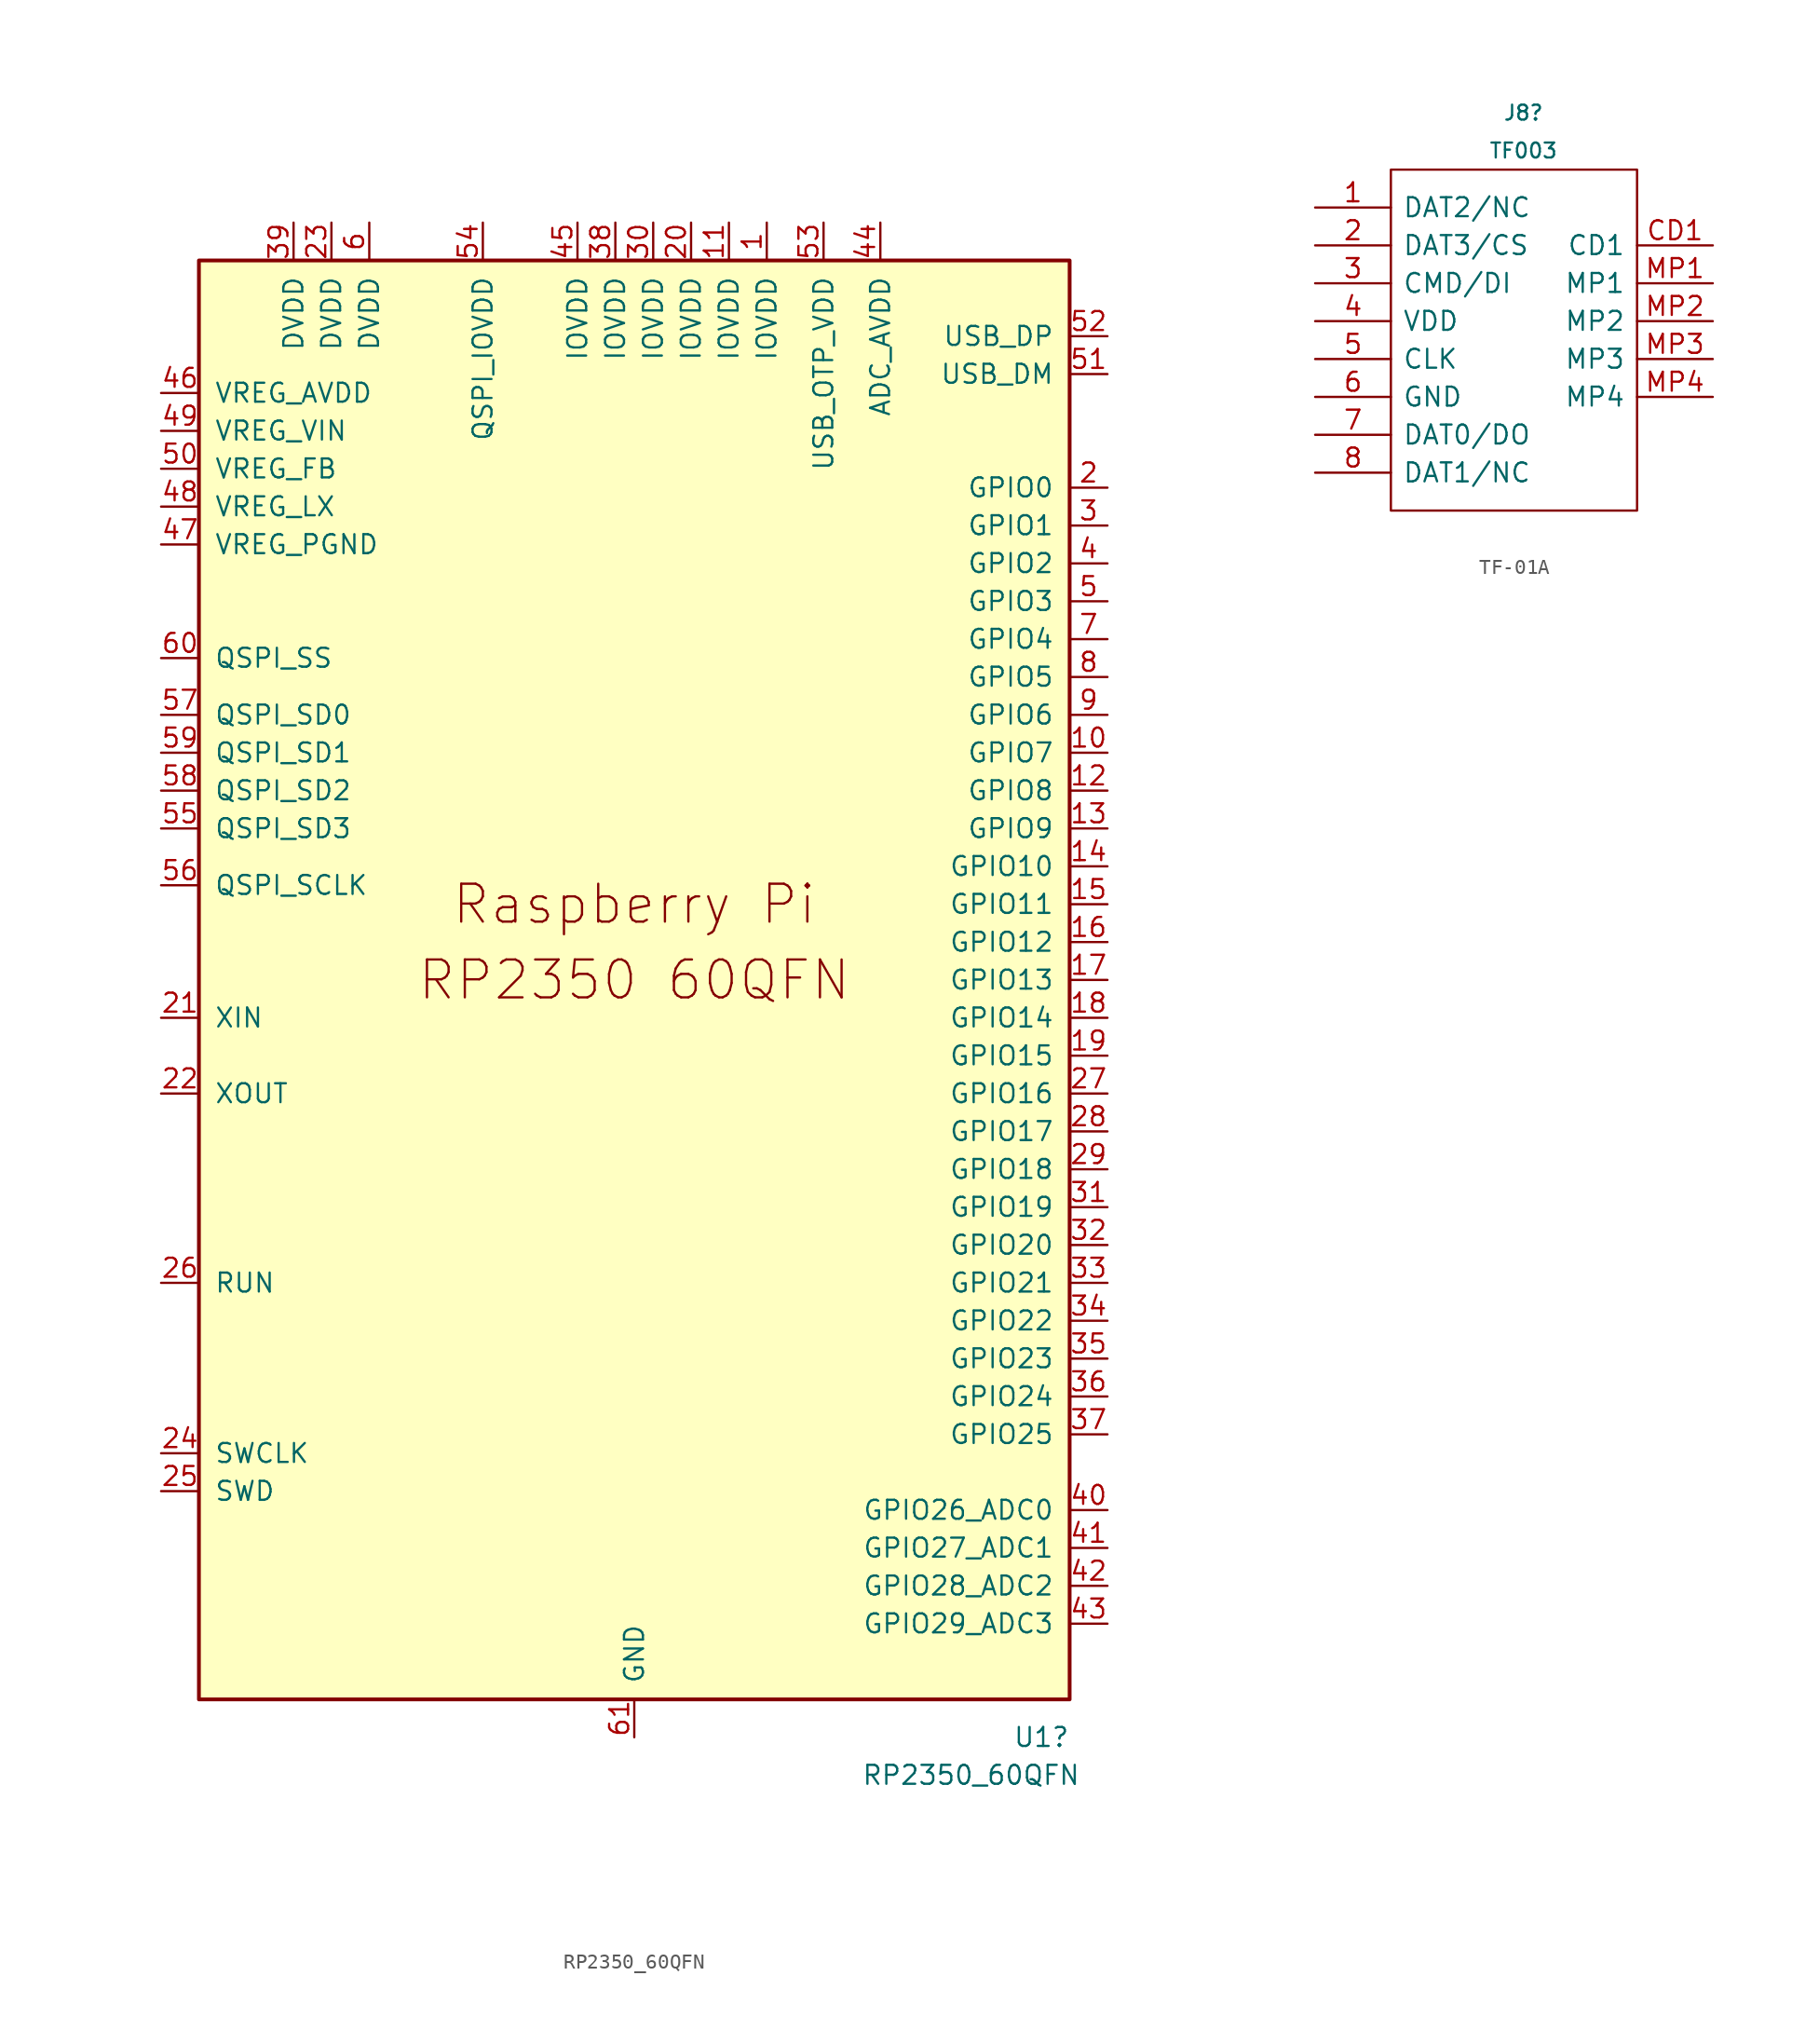
<source format=kicad_sym>
(kicad_symbol_lib
  (version 20220914)
  (generator kicad_symbol_editor)
  (symbol "RP2350_60QFN"
    (pin_names
      (offset 1.016))
    (property "Reference" "U1"
      (at 25.4 -50.8 0)
      (effects (font (size 1.27 1.27)) (justify left)))
    (property "Value" "RP2350_60QFN"
      (at 15.24 -53.34 0)
      (effects (font (size 1.27 1.27)) (justify left)))
    (symbol "RP2350_60QFN_0_0"
      (text "Raspberry Pi" (at 0 5.08 0) (effects (font (size 2.54 2.54))))
      (text "RP2350 60QFN" (at 0 0 0) (effects (font (size 2.54 2.54)))))
    (symbol "RP2350_60QFN_0_1"
      (rectangle (start 29.21 48.26) (end -29.21 -48.26) (stroke (width 0.254) (type default)) (fill (type background))))
    (symbol "RP2350_60QFN_1_1"
      (pin power_in line (at 8.89 50.8 270) (length 2.54) (name "IOVDD" (effects (font (size 1.27 1.27)))) (number "1" (effects (font (size 1.27 1.27)))))
      (pin bidirectional line (at 31.75 15.24 180) (length 2.54) (name "GPIO7" (effects (font (size 1.27 1.27)))) (number "10" (effects (font (size 1.27 1.27)))))
      (pin power_in line (at 6.35 50.8 270) (length 2.54) (name "IOVDD" (effects (font (size 1.27 1.27)))) (number "11" (effects (font (size 1.27 1.27)))))
      (pin bidirectional line (at 31.75 12.7 180) (length 2.54) (name "GPIO8" (effects (font (size 1.27 1.27)))) (number "12" (effects (font (size 1.27 1.27)))))
      (pin bidirectional line (at 31.75 10.16 180) (length 2.54) (name "GPIO9" (effects (font (size 1.27 1.27)))) (number "13" (effects (font (size 1.27 1.27)))))
      (pin bidirectional line (at 31.75 7.62 180) (length 2.54) (name "GPIO10" (effects (font (size 1.27 1.27)))) (number "14" (effects (font (size 1.27 1.27)))))
      (pin bidirectional line (at 31.75 5.08 180) (length 2.54) (name "GPIO11" (effects (font (size 1.27 1.27)))) (number "15" (effects (font (size 1.27 1.27)))))
      (pin bidirectional line (at 31.75 2.54 180) (length 2.54) (name "GPIO12" (effects (font (size 1.27 1.27)))) (number "16" (effects (font (size 1.27 1.27)))))
      (pin bidirectional line (at 31.75 0 180) (length 2.54) (name "GPIO13" (effects (font (size 1.27 1.27)))) (number "17" (effects (font (size 1.27 1.27)))))
      (pin bidirectional line (at 31.75 -2.54 180) (length 2.54) (name "GPIO14" (effects (font (size 1.27 1.27)))) (number "18" (effects (font (size 1.27 1.27)))))
      (pin bidirectional line (at 31.75 -5.08 180) (length 2.54) (name "GPIO15" (effects (font (size 1.27 1.27)))) (number "19" (effects (font (size 1.27 1.27)))))
      (pin bidirectional line (at 31.75 33.02 180) (length 2.54) (name "GPIO0" (effects (font (size 1.27 1.27)))) (number "2" (effects (font (size 1.27 1.27)))))
      (pin power_in line (at 3.81 50.8 270) (length 2.54) (name "IOVDD" (effects (font (size 1.27 1.27)))) (number "20" (effects (font (size 1.27 1.27)))))
      (pin input line (at -31.75 -2.54 0) (length 2.54) (name "XIN" (effects (font (size 1.27 1.27)))) (number "21" (effects (font (size 1.27 1.27)))))
      (pin passive line (at -31.75 -7.62 0) (length 2.54) (name "XOUT" (effects (font (size 1.27 1.27)))) (number "22" (effects (font (size 1.27 1.27)))))
      (pin power_in line (at -20.32 50.8 270) (length 2.54) (name "DVDD" (effects (font (size 1.27 1.27)))) (number "23" (effects (font (size 1.27 1.27)))))
      (pin output line (at -31.75 -31.75 0) (length 2.54) (name "SWCLK" (effects (font (size 1.27 1.27)))) (number "24" (effects (font (size 1.27 1.27)))))
      (pin bidirectional line (at -31.75 -34.29 0) (length 2.54) (name "SWD" (effects (font (size 1.27 1.27)))) (number "25" (effects (font (size 1.27 1.27)))))
      (pin input line (at -31.75 -20.32 0) (length 2.54) (name "RUN" (effects (font (size 1.27 1.27)))) (number "26" (effects (font (size 1.27 1.27)))))
      (pin bidirectional line (at 31.75 -7.62 180) (length 2.54) (name "GPIO16" (effects (font (size 1.27 1.27)))) (number "27" (effects (font (size 1.27 1.27)))))
      (pin bidirectional line (at 31.75 -10.16 180) (length 2.54) (name "GPIO17" (effects (font (size 1.27 1.27)))) (number "28" (effects (font (size 1.27 1.27)))))
      (pin bidirectional line (at 31.75 -12.7 180) (length 2.54) (name "GPIO18" (effects (font (size 1.27 1.27)))) (number "29" (effects (font (size 1.27 1.27)))))
      (pin bidirectional line (at 31.75 30.48 180) (length 2.54) (name "GPIO1" (effects (font (size 1.27 1.27)))) (number "3" (effects (font (size 1.27 1.27)))))
      (pin power_in line (at 1.27 50.8 270) (length 2.54) (name "IOVDD" (effects (font (size 1.27 1.27)))) (number "30" (effects (font (size 1.27 1.27)))))
      (pin bidirectional line (at 31.75 -15.24 180) (length 2.54) (name "GPIO19" (effects (font (size 1.27 1.27)))) (number "31" (effects (font (size 1.27 1.27)))))
      (pin bidirectional line (at 31.75 -17.78 180) (length 2.54) (name "GPIO20" (effects (font (size 1.27 1.27)))) (number "32" (effects (font (size 1.27 1.27)))))
      (pin bidirectional line (at 31.75 -20.32 180) (length 2.54) (name "GPIO21" (effects (font (size 1.27 1.27)))) (number "33" (effects (font (size 1.27 1.27)))))
      (pin bidirectional line (at 31.75 -22.86 180) (length 2.54) (name "GPIO22" (effects (font (size 1.27 1.27)))) (number "34" (effects (font (size 1.27 1.27)))))
      (pin bidirectional line (at 31.75 -25.4 180) (length 2.54) (name "GPIO23" (effects (font (size 1.27 1.27)))) (number "35" (effects (font (size 1.27 1.27)))))
      (pin bidirectional line (at 31.75 -27.94 180) (length 2.54) (name "GPIO24" (effects (font (size 1.27 1.27)))) (number "36" (effects (font (size 1.27 1.27)))))
      (pin bidirectional line (at 31.75 -30.48 180) (length 2.54) (name "GPIO25" (effects (font (size 1.27 1.27)))) (number "37" (effects (font (size 1.27 1.27)))))
      (pin power_in line (at -1.27 50.8 270) (length 2.54) (name "IOVDD" (effects (font (size 1.27 1.27)))) (number "38" (effects (font (size 1.27 1.27)))))
      (pin power_in line (at -22.86 50.8 270) (length 2.54) (name "DVDD" (effects (font (size 1.27 1.27)))) (number "39" (effects (font (size 1.27 1.27)))))
      (pin bidirectional line (at 31.75 27.94 180) (length 2.54) (name "GPIO2" (effects (font (size 1.27 1.27)))) (number "4" (effects (font (size 1.27 1.27)))))
      (pin bidirectional line (at 31.75 -35.56 180) (length 2.54) (name "GPIO26_ADC0" (effects (font (size 1.27 1.27)))) (number "40" (effects (font (size 1.27 1.27)))))
      (pin bidirectional line (at 31.75 -38.1 180) (length 2.54) (name "GPIO27_ADC1" (effects (font (size 1.27 1.27)))) (number "41" (effects (font (size 1.27 1.27)))))
      (pin bidirectional line (at 31.75 -40.64 180) (length 2.54) (name "GPIO28_ADC2" (effects (font (size 1.27 1.27)))) (number "42" (effects (font (size 1.27 1.27)))))
      (pin bidirectional line (at 31.75 -43.18 180) (length 2.54) (name "GPIO29_ADC3" (effects (font (size 1.27 1.27)))) (number "43" (effects (font (size 1.27 1.27)))))
      (pin power_in line (at 16.51 50.8 270) (length 2.54) (name "ADC_AVDD" (effects (font (size 1.27 1.27)))) (number "44" (effects (font (size 1.27 1.27)))))
      (pin power_in line (at -3.81 50.8 270) (length 2.54) (name "IOVDD" (effects (font (size 1.27 1.27)))) (number "45" (effects (font (size 1.27 1.27)))))
      (pin power_in line (at -31.75 39.37 0) (length 2.54) (name "VREG_AVDD" (effects (font (size 1.27 1.27)))) (number "46" (effects (font (size 1.27 1.27)))))
      (pin power_in line (at -31.75 29.21 0) (length 2.54) (name "VREG_PGND" (effects (font (size 1.27 1.27)))) (number "47" (effects (font (size 1.27 1.27)))))
      (pin power_out line (at -31.75 31.75 0) (length 2.54) (name "VREG_LX" (effects (font (size 1.27 1.27)))) (number "48" (effects (font (size 1.27 1.27)))))
      (pin power_in line (at -31.75 36.83 0) (length 2.54) (name "VREG_VIN" (effects (font (size 1.27 1.27)))) (number "49" (effects (font (size 1.27 1.27)))))
      (pin bidirectional line (at 31.75 25.4 180) (length 2.54) (name "GPIO3" (effects (font (size 1.27 1.27)))) (number "5" (effects (font (size 1.27 1.27)))))
      (pin input line (at -31.75 34.29 0) (length 2.54) (name "VREG_FB" (effects (font (size 1.27 1.27)))) (number "50" (effects (font (size 1.27 1.27)))))
      (pin bidirectional line (at 31.75 40.64 180) (length 2.54) (name "USB_DM" (effects (font (size 1.27 1.27)))) (number "51" (effects (font (size 1.27 1.27)))))
      (pin bidirectional line (at 31.75 43.18 180) (length 2.54) (name "USB_DP" (effects (font (size 1.27 1.27)))) (number "52" (effects (font (size 1.27 1.27)))))
      (pin power_in line (at 12.7 50.8 270) (length 2.54) (name "USB_OTP_VDD" (effects (font (size 1.27 1.27)))) (number "53" (effects (font (size 1.27 1.27)))))
      (pin power_in line (at -10.16 50.8 270) (length 2.54) (name "QSPI_IOVDD" (effects (font (size 1.27 1.27)))) (number "54" (effects (font (size 1.27 1.27)))))
      (pin bidirectional line (at -31.75 10.16 0) (length 2.54) (name "QSPI_SD3" (effects (font (size 1.27 1.27)))) (number "55" (effects (font (size 1.27 1.27)))))
      (pin output line (at -31.75 6.35 0) (length 2.54) (name "QSPI_SCLK" (effects (font (size 1.27 1.27)))) (number "56" (effects (font (size 1.27 1.27)))))
      (pin bidirectional line (at -31.75 17.78 0) (length 2.54) (name "QSPI_SD0" (effects (font (size 1.27 1.27)))) (number "57" (effects (font (size 1.27 1.27)))))
      (pin bidirectional line (at -31.75 12.7 0) (length 2.54) (name "QSPI_SD2" (effects (font (size 1.27 1.27)))) (number "58" (effects (font (size 1.27 1.27)))))
      (pin bidirectional line (at -31.75 15.24 0) (length 2.54) (name "QSPI_SD1" (effects (font (size 1.27 1.27)))) (number "59" (effects (font (size 1.27 1.27)))))
      (pin power_in line (at -17.78 50.8 270) (length 2.54) (name "DVDD" (effects (font (size 1.27 1.27)))) (number "6" (effects (font (size 1.27 1.27)))))
      (pin bidirectional line (at -31.75 21.59 0) (length 2.54) (name "QSPI_SS" (effects (font (size 1.27 1.27)))) (number "60" (effects (font (size 1.27 1.27)))))
      (pin power_in line (at 0 -50.8 90) (length 2.54) (name "GND" (effects (font (size 1.27 1.27)))) (number "61" (effects (font (size 1.27 1.27)))))
      (pin bidirectional line (at 31.75 22.86 180) (length 2.54) (name "GPIO4" (effects (font (size 1.27 1.27)))) (number "7" (effects (font (size 1.27 1.27)))))
      (pin bidirectional line (at 31.75 20.32 180) (length 2.54) (name "GPIO5" (effects (font (size 1.27 1.27)))) (number "8" (effects (font (size 1.27 1.27)))))
      (pin bidirectional line (at 31.75 17.78 180) (length 2.54) (name "GPIO6" (effects (font (size 1.27 1.27)))) (number "9" (effects (font (size 1.27 1.27)))))))
  (symbol "TF-01A"
    (pin_names
      (offset 0.762))
    (property "Reference" "J8"
      (at 13.97 6.35 0)
      (effects (font (size 1 1))))
    (property "Value" "TF003"
      (at 13.97 3.81 0)
      (effects (font (size 1 1))))
    (symbol "TF-01A_0_0"
      (pin bidirectional line (at 0 0 0) (length 5.08) (name "DAT2/NC" (effects (font (size 1.27 1.27)))) (number "1" (effects (font (size 1.27 1.27)))))
      (pin bidirectional line (at 0 -2.54 0) (length 5.08) (name "DAT3/CS" (effects (font (size 1.27 1.27)))) (number "2" (effects (font (size 1.27 1.27)))))
      (pin bidirectional line (at 0 -5.08 0) (length 5.08) (name "CMD/DI" (effects (font (size 1.27 1.27)))) (number "3" (effects (font (size 1.27 1.27)))))
      (pin power_in line (at 0 -7.62 0) (length 5.08) (name "VDD" (effects (font (size 1.27 1.27)))) (number "4" (effects (font (size 1.27 1.27)))))
      (pin input line (at 0 -10.16 0) (length 5.08) (name "CLK" (effects (font (size 1.27 1.27)))) (number "5" (effects (font (size 1.27 1.27)))))
      (pin power_in line (at 0 -12.7 0) (length 5.08) (name "GND" (effects (font (size 1.27 1.27)))) (number "6" (effects (font (size 1.27 1.27)))))
      (pin bidirectional line (at 0 -15.24 0) (length 5.08) (name "DAT0/DO" (effects (font (size 1.27 1.27)))) (number "7" (effects (font (size 1.27 1.27)))))
      (pin bidirectional line (at 0 -17.78 0) (length 5.08) (name "DAT1/NC" (effects (font (size 1.27 1.27)))) (number "8" (effects (font (size 1.27 1.27)))))
      (pin passive line (at 26.67 -2.54 180) (length 5.08) (name "CD1" (effects (font (size 1.27 1.27)))) (number "CD1" (effects (font (size 1.27 1.27)))))
      (pin passive line (at 26.67 -5.08 180) (length 5.08) (name "MP1" (effects (font (size 1.27 1.27)))) (number "MP1" (effects (font (size 1.27 1.27)))))
      (pin passive line (at 26.67 -7.62 180) (length 5.08) (name "MP2" (effects (font (size 1.27 1.27)))) (number "MP2" (effects (font (size 1.27 1.27)))))
      (pin passive line (at 26.67 -10.16 180) (length 5.08) (name "MP3" (effects (font (size 1.27 1.27)))) (number "MP3" (effects (font (size 1.27 1.27)))))
      (pin passive line (at 26.67 -12.7 180) (length 5.08) (name "MP4" (effects (font (size 1.27 1.27)))) (number "MP4" (effects (font (size 1.27 1.27))))))
    (symbol "TF-01A_0_1"
      (polyline (pts (xy 5.08 2.54) (xy 21.59 2.54) (xy 21.59 -20.32) (xy 5.08 -20.32) (xy 5.08 2.54)) (stroke (width 0.152) (type default)) (fill (type none))))))
</source>
